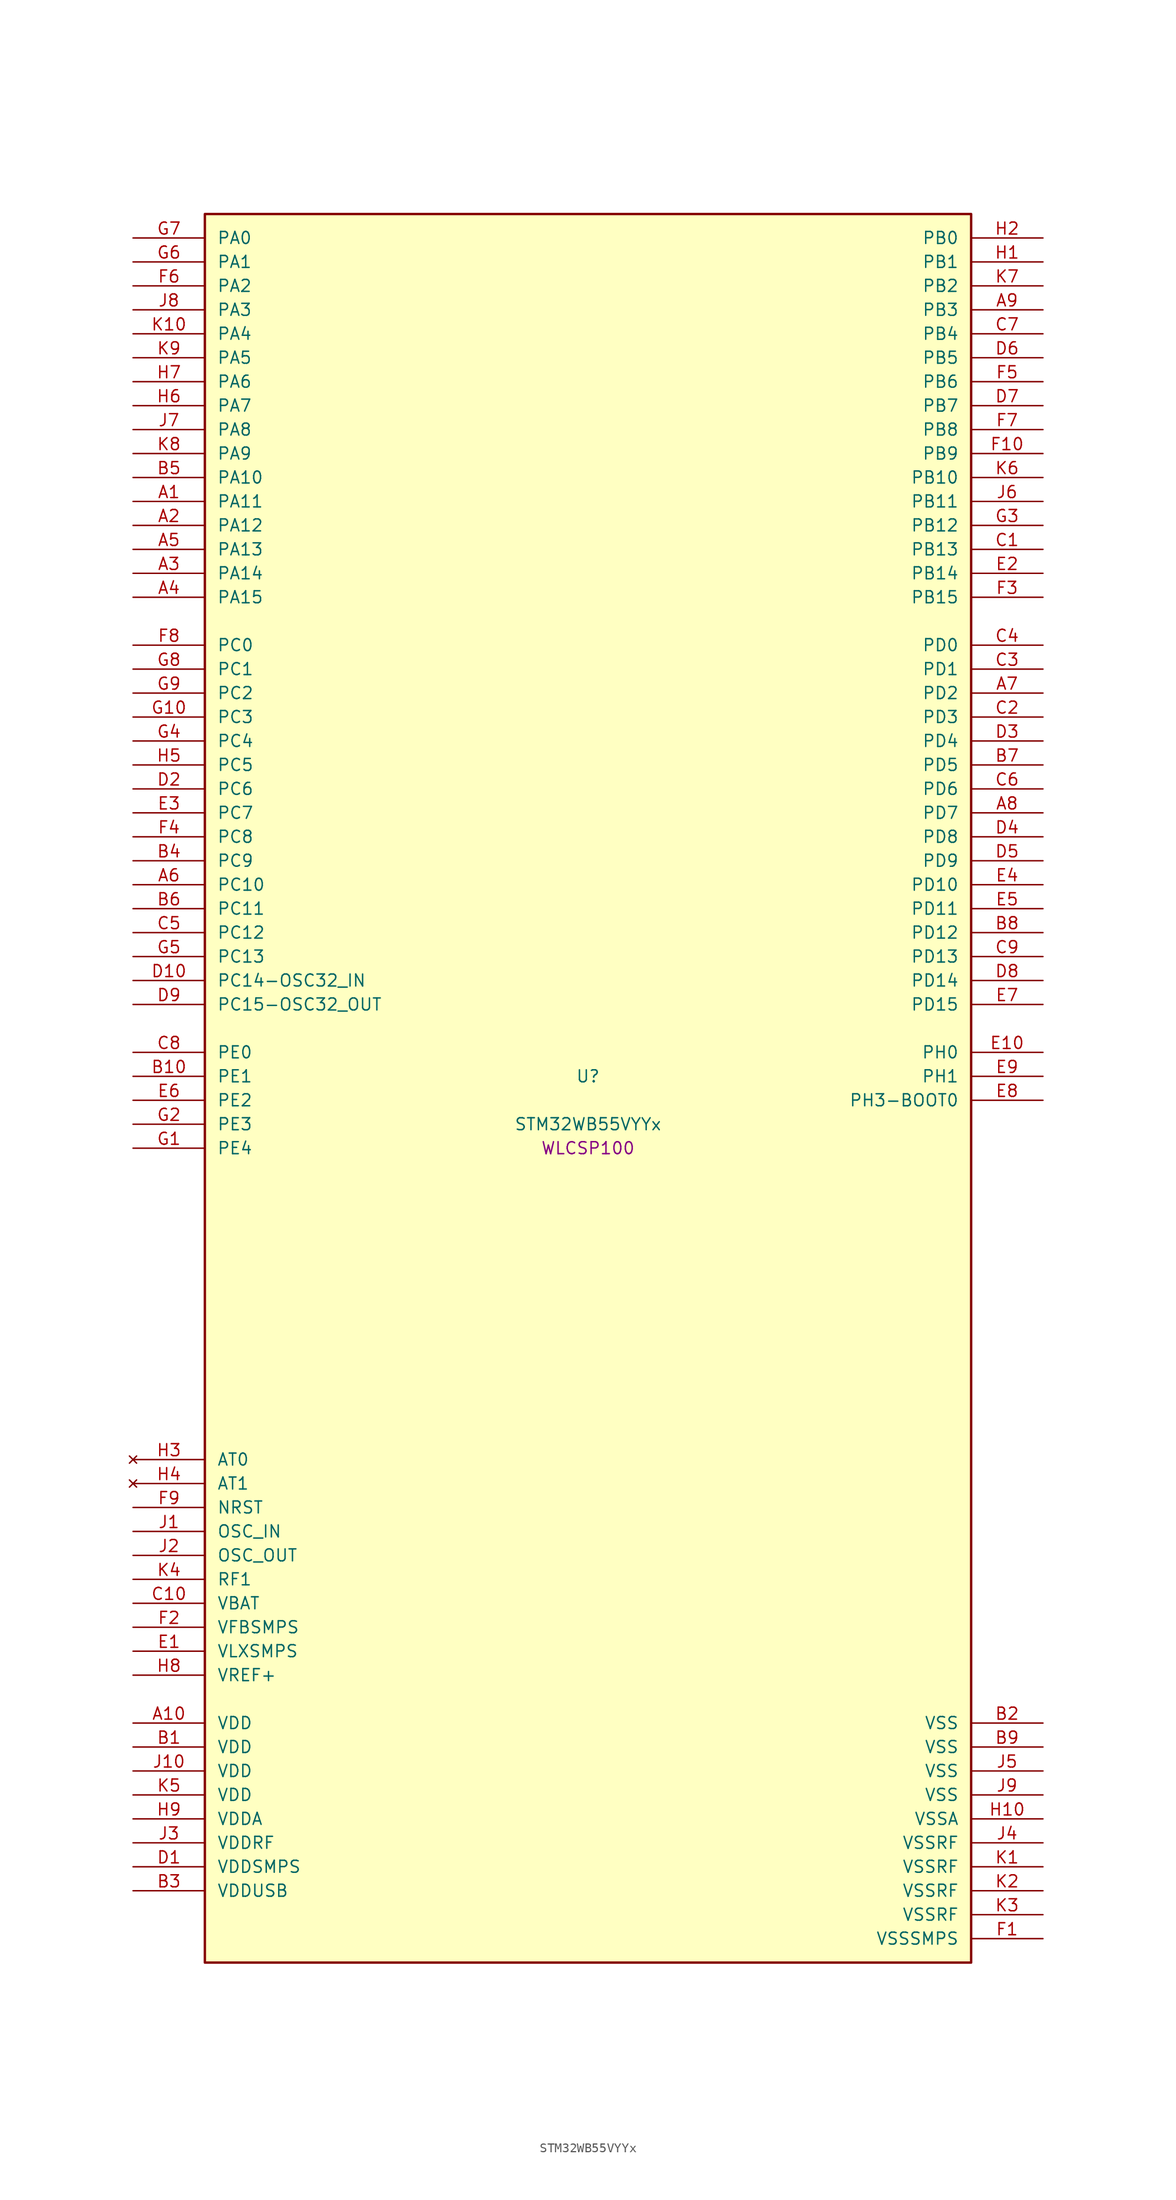
<source format=kicad_sym>
(kicad_symbol_lib
  (version 20241209)
  (generator "stm32_pkl_generator")
  (generator_version "1.0")
  (symbol "STM32WB55VYYx"
    (pin_names
      (offset 1.27))
    (property "Reference" "U"
      (at 0 2.54 0))
    (property "Value" "STM32WB55VYYx"
      (at 0 -2.54 0))
    (property "Footprint" "WLCSP100"
      (at 0 -5.08 0))
    (symbol "STM32WB55VYYx_1_1"
      (rectangle (start -40.64 93.98) (end 40.64 -91.44) (stroke (width 0.254) (type solid)) (fill (type background)))
      (pin bidirectional line (at -48.26 91.44 0) (length 7.62) (name "PA0") (number "G7") (alternate "PA0/ADC1_IN5" bidirectional line) (alternate "PA0/COMP1_INM" bidirectional line) (alternate "PA0/COMP1_OUT" bidirectional line) (alternate "PA0/RTC_TAMP2" bidirectional line) (alternate "PA0/SAI1_EXTCLK" bidirectional line) (alternate "PA0/SYS_WKUP1" bidirectional line) (alternate "PA0/TIM2_CH1" bidirectional line) (alternate "PA0/TIM2_ETR" bidirectional line))
      (pin bidirectional line (at -48.26 88.9 0) (length 7.62) (name "PA1") (number "G6") (alternate "PA1/ADC1_IN6" bidirectional line) (alternate "PA1/COMP1_INP" bidirectional line) (alternate "PA1/I2C1_SMBA" bidirectional line) (alternate "PA1/LCD_SEG0" bidirectional line) (alternate "PA1/SPI1_SCK" bidirectional line) (alternate "PA1/TIM2_CH2" bidirectional line))
      (pin bidirectional line (at -48.26 86.36 0) (length 7.62) (name "PA2") (number "F6") (alternate "PA2/ADC1_IN7" bidirectional line) (alternate "PA2/COMP2_INM" bidirectional line) (alternate "PA2/COMP2_OUT" bidirectional line) (alternate "PA2/LCD_SEG1" bidirectional line) (alternate "PA2/LPUART1_TX" bidirectional line) (alternate "PA2/QUADSPI_BK1_NCS" bidirectional line) (alternate "PA2/RCC_LSCO" bidirectional line) (alternate "PA2/SYS_WKUP4" bidirectional line) (alternate "PA2/TIM2_CH3" bidirectional line))
      (pin bidirectional line (at -48.26 83.82 0) (length 7.62) (name "PA3") (number "J8") (alternate "PA3/ADC1_IN8" bidirectional line) (alternate "PA3/COMP2_INP" bidirectional line) (alternate "PA3/LCD_SEG2" bidirectional line) (alternate "PA3/LPUART1_RX" bidirectional line) (alternate "PA3/QUADSPI_CLK" bidirectional line) (alternate "PA3/SAI1_CK1" bidirectional line) (alternate "PA3/SAI1_MCLK_A" bidirectional line) (alternate "PA3/TIM2_CH4" bidirectional line))
      (pin bidirectional line (at -48.26 81.28 0) (length 7.62) (name "PA4") (number "K10") (alternate "PA4/ADC1_IN9" bidirectional line) (alternate "PA4/COMP1_INM" bidirectional line) (alternate "PA4/COMP2_INM" bidirectional line) (alternate "PA4/LCD_SEG5" bidirectional line) (alternate "PA4/LPTIM2_OUT" bidirectional line) (alternate "PA4/SAI1_FS_B" bidirectional line) (alternate "PA4/SPI1_NSS" bidirectional line))
      (pin bidirectional line (at -48.26 78.74 0) (length 7.62) (name "PA5") (number "K9") (alternate "PA5/ADC1_IN10" bidirectional line) (alternate "PA5/COMP1_INM" bidirectional line) (alternate "PA5/COMP2_INM" bidirectional line) (alternate "PA5/LPTIM2_ETR" bidirectional line) (alternate "PA5/SAI1_SD_B" bidirectional line) (alternate "PA5/SPI1_SCK" bidirectional line) (alternate "PA5/TIM2_CH1" bidirectional line) (alternate "PA5/TIM2_ETR" bidirectional line))
      (pin bidirectional line (at -48.26 76.2 0) (length 7.62) (name "PA6") (number "H7") (alternate "PA6/ADC1_IN11" bidirectional line) (alternate "PA6/LCD_SEG3" bidirectional line) (alternate "PA6/LPUART1_CTS" bidirectional line) (alternate "PA6/QUADSPI_BK1_IO3" bidirectional line) (alternate "PA6/SPI1_MISO" bidirectional line) (alternate "PA6/TIM16_CH1" bidirectional line) (alternate "PA6/TIM1_BKIN" bidirectional line))
      (pin bidirectional line (at -48.26 73.66 0) (length 7.62) (name "PA7") (number "H6") (alternate "PA7/ADC1_IN12" bidirectional line) (alternate "PA7/COMP2_OUT" bidirectional line) (alternate "PA7/I2C3_SCL" bidirectional line) (alternate "PA7/LCD_SEG4" bidirectional line) (alternate "PA7/QUADSPI_BK1_IO2" bidirectional line) (alternate "PA7/SPI1_MOSI" bidirectional line) (alternate "PA7/TIM17_CH1" bidirectional line) (alternate "PA7/TIM1_CH1N" bidirectional line))
      (pin bidirectional line (at -48.26 71.12 0) (length 7.62) (name "PA8") (number "J7") (alternate "PA8/ADC1_IN15" bidirectional line) (alternate "PA8/LCD_COM0" bidirectional line) (alternate "PA8/LPTIM2_OUT" bidirectional line) (alternate "PA8/RCC_MCO" bidirectional line) (alternate "PA8/SAI1_CK2" bidirectional line) (alternate "PA8/SAI1_SCK_A" bidirectional line) (alternate "PA8/TIM1_CH1" bidirectional line) (alternate "PA8/USART1_CK" bidirectional line))
      (pin bidirectional line (at -48.26 68.58 0) (length 7.62) (name "PA9") (number "K8") (alternate "PA9/ADC1_IN16" bidirectional line) (alternate "PA9/COMP1_INM" bidirectional line) (alternate "PA9/I2C1_SCL" bidirectional line) (alternate "PA9/LCD_COM1" bidirectional line) (alternate "PA9/SAI1_D2" bidirectional line) (alternate "PA9/SAI1_FS_A" bidirectional line) (alternate "PA9/SPI2_SCK" bidirectional line) (alternate "PA9/TIM1_CH2" bidirectional line) (alternate "PA9/USART1_TX" bidirectional line))
      (pin bidirectional line (at -48.26 66.04 0) (length 7.62) (name "PA10") (number "B5") (alternate "PA10/CRS_SYNC" bidirectional line) (alternate "PA10/I2C1_SDA" bidirectional line) (alternate "PA10/LCD_COM2" bidirectional line) (alternate "PA10/SAI1_D1" bidirectional line) (alternate "PA10/SAI1_SD_A" bidirectional line) (alternate "PA10/TIM17_BKIN" bidirectional line) (alternate "PA10/TIM1_CH3" bidirectional line) (alternate "PA10/USART1_RX" bidirectional line))
      (pin bidirectional line (at -48.26 63.5 0) (length 7.62) (name "PA11") (number "A1") (alternate "PA11/ADC1_EXTI11" bidirectional line) (alternate "PA11/SPI1_MISO" bidirectional line) (alternate "PA11/TIM1_BKIN2" bidirectional line) (alternate "PA11/TIM1_CH4" bidirectional line) (alternate "PA11/USART1_CTS" bidirectional line) (alternate "PA11/USART1_NSS" bidirectional line) (alternate "PA11/USB_DM" bidirectional line))
      (pin bidirectional line (at -48.26 60.96 0) (length 7.62) (name "PA12") (number "A2") (alternate "PA12/LPUART1_RX" bidirectional line) (alternate "PA12/SPI1_MOSI" bidirectional line) (alternate "PA12/TIM1_ETR" bidirectional line) (alternate "PA12/USART1_DE" bidirectional line) (alternate "PA12/USART1_RTS" bidirectional line) (alternate "PA12/USB_DP" bidirectional line))
      (pin bidirectional line (at -48.26 58.42 0) (length 7.62) (name "PA13") (number "A5") (alternate "PA13/IR_OUT" bidirectional line) (alternate "PA13/SAI1_SD_B" bidirectional line) (alternate "PA13/SYS_JTMS-SWDIO" bidirectional line) (alternate "PA13/USB_NOE" bidirectional line))
      (pin bidirectional line (at -48.26 55.88 0) (length 7.62) (name "PA14") (number "A3") (alternate "PA14/I2C1_SMBA" bidirectional line) (alternate "PA14/LCD_SEG5" bidirectional line) (alternate "PA14/LPTIM1_OUT" bidirectional line) (alternate "PA14/SAI1_FS_B" bidirectional line) (alternate "PA14/SYS_JTCK-SWCLK" bidirectional line))
      (pin bidirectional line (at -48.26 53.34 0) (length 7.62) (name "PA15") (number "A4") (alternate "PA15/ADC1_EXTI15" bidirectional line) (alternate "PA15/LCD_SEG17" bidirectional line) (alternate "PA15/RCC_MCO" bidirectional line) (alternate "PA15/SPI1_NSS" bidirectional line) (alternate "PA15/SYS_JTDI" bidirectional line) (alternate "PA15/TIM2_CH1" bidirectional line) (alternate "PA15/TIM2_ETR" bidirectional line) (alternate "PA15/TSC_G3_IO1" bidirectional line))
      (pin bidirectional line (at 48.26 91.44 180) (length 7.62) (name "PB0") (number "H2") (alternate "PB0/COMP1_OUT" bidirectional line) (alternate "PB0/RF_TX_MOD_EXT_PA" bidirectional line))
      (pin bidirectional line (at 48.26 88.9 180) (length 7.62) (name "PB1") (number "H1") (alternate "PB1/LPTIM2_IN1" bidirectional line) (alternate "PB1/LPUART1_DE" bidirectional line) (alternate "PB1/LPUART1_RTS" bidirectional line))
      (pin bidirectional line (at 48.26 86.36 180) (length 7.62) (name "PB2") (number "K7") (alternate "PB2/COMP1_INP" bidirectional line) (alternate "PB2/I2C3_SMBA" bidirectional line) (alternate "PB2/LCD_VLCD" bidirectional line) (alternate "PB2/LPTIM1_OUT" bidirectional line) (alternate "PB2/RTC_OUT2" bidirectional line) (alternate "PB2/SAI1_EXTCLK" bidirectional line) (alternate "PB2/SPI1_NSS" bidirectional line))
      (pin bidirectional line (at 48.26 83.82 180) (length 7.62) (name "PB3") (number "A9") (alternate "PB3/COMP2_INM" bidirectional line) (alternate "PB3/LCD_SEG7" bidirectional line) (alternate "PB3/SAI1_SCK_B" bidirectional line) (alternate "PB3/SPI1_SCK" bidirectional line) (alternate "PB3/SYS_JTDO-SWO" bidirectional line) (alternate "PB3/TIM2_CH2" bidirectional line) (alternate "PB3/USART1_DE" bidirectional line) (alternate "PB3/USART1_RTS" bidirectional line))
      (pin bidirectional line (at 48.26 81.28 180) (length 7.62) (name "PB4") (number "C7") (alternate "PB4/COMP2_INP" bidirectional line) (alternate "PB4/I2C3_SDA" bidirectional line) (alternate "PB4/LCD_SEG8" bidirectional line) (alternate "PB4/SAI1_MCLK_B" bidirectional line) (alternate "PB4/SPI1_MISO" bidirectional line) (alternate "PB4/SYS_JTRST" bidirectional line) (alternate "PB4/TIM17_BKIN" bidirectional line) (alternate "PB4/TSC_G2_IO1" bidirectional line) (alternate "PB4/USART1_CTS" bidirectional line) (alternate "PB4/USART1_NSS" bidirectional line))
      (pin bidirectional line (at 48.26 78.74 180) (length 7.62) (name "PB5") (number "D6") (alternate "PB5/COMP2_OUT" bidirectional line) (alternate "PB5/I2C1_SMBA" bidirectional line) (alternate "PB5/LCD_SEG9" bidirectional line) (alternate "PB5/LPTIM1_IN1" bidirectional line) (alternate "PB5/LPUART1_TX" bidirectional line) (alternate "PB5/SAI1_SD_B" bidirectional line) (alternate "PB5/SPI1_MOSI" bidirectional line) (alternate "PB5/TIM16_BKIN" bidirectional line) (alternate "PB5/TSC_G2_IO2" bidirectional line) (alternate "PB5/USART1_CK" bidirectional line))
      (pin bidirectional line (at 48.26 76.2 180) (length 7.62) (name "PB6") (number "F5") (alternate "PB6/COMP2_INP" bidirectional line) (alternate "PB6/I2C1_SCL" bidirectional line) (alternate "PB6/LCD_SEG6" bidirectional line) (alternate "PB6/LPTIM1_ETR" bidirectional line) (alternate "PB6/RCC_MCO" bidirectional line) (alternate "PB6/SAI1_FS_B" bidirectional line) (alternate "PB6/TIM16_CH1N" bidirectional line) (alternate "PB6/TSC_G2_IO3" bidirectional line) (alternate "PB6/USART1_TX" bidirectional line))
      (pin bidirectional line (at 48.26 73.66 180) (length 7.62) (name "PB7") (number "D7") (alternate "PB7/COMP2_INM" bidirectional line) (alternate "PB7/I2C1_SDA" bidirectional line) (alternate "PB7/LCD_SEG21" bidirectional line) (alternate "PB7/LPTIM1_IN2" bidirectional line) (alternate "PB7/SYS_PVD_IN" bidirectional line) (alternate "PB7/TIM17_CH1N" bidirectional line) (alternate "PB7/TIM1_BKIN" bidirectional line) (alternate "PB7/TSC_G2_IO4" bidirectional line) (alternate "PB7/USART1_RX" bidirectional line))
      (pin bidirectional line (at 48.26 71.12 180) (length 7.62) (name "PB8") (number "F7") (alternate "PB8/I2C1_SCL" bidirectional line) (alternate "PB8/LCD_SEG16" bidirectional line) (alternate "PB8/QUADSPI_BK1_IO1" bidirectional line) (alternate "PB8/SAI1_CK1" bidirectional line) (alternate "PB8/SAI1_MCLK_A" bidirectional line) (alternate "PB8/TIM16_CH1" bidirectional line) (alternate "PB8/TIM1_CH2N" bidirectional line))
      (pin bidirectional line (at 48.26 68.58 180) (length 7.62) (name "PB9") (number "F10") (alternate "PB9/I2C1_SDA" bidirectional line) (alternate "PB9/IR_OUT" bidirectional line) (alternate "PB9/LCD_COM3" bidirectional line) (alternate "PB9/QUADSPI_BK1_IO0" bidirectional line) (alternate "PB9/SAI1_D2" bidirectional line) (alternate "PB9/SAI1_FS_A" bidirectional line) (alternate "PB9/SPI2_NSS" bidirectional line) (alternate "PB9/TIM17_CH1" bidirectional line) (alternate "PB9/TIM1_CH3N" bidirectional line) (alternate "PB9/TSC_G7_IO4" bidirectional line))
      (pin bidirectional line (at 48.26 66.04 180) (length 7.62) (name "PB10") (number "K6") (alternate "PB10/COMP1_OUT" bidirectional line) (alternate "PB10/I2C3_SCL" bidirectional line) (alternate "PB10/LCD_SEG10" bidirectional line) (alternate "PB10/LPUART1_RX" bidirectional line) (alternate "PB10/QUADSPI_CLK" bidirectional line) (alternate "PB10/SAI1_SCK_A" bidirectional line) (alternate "PB10/SPI2_SCK" bidirectional line) (alternate "PB10/TIM2_CH3" bidirectional line) (alternate "PB10/TSC_SYNC" bidirectional line))
      (pin bidirectional line (at 48.26 63.5 180) (length 7.62) (name "PB11") (number "J6") (alternate "PB11/ADC1_EXTI11" bidirectional line) (alternate "PB11/COMP2_OUT" bidirectional line) (alternate "PB11/I2C3_SDA" bidirectional line) (alternate "PB11/LCD_SEG11" bidirectional line) (alternate "PB11/LPUART1_TX" bidirectional line) (alternate "PB11/QUADSPI_BK1_NCS" bidirectional line) (alternate "PB11/TIM2_CH4" bidirectional line))
      (pin bidirectional line (at 48.26 60.96 180) (length 7.62) (name "PB12") (number "G3") (alternate "PB12/I2C3_SMBA" bidirectional line) (alternate "PB12/LCD_SEG12" bidirectional line) (alternate "PB12/LPUART1_DE" bidirectional line) (alternate "PB12/LPUART1_RTS" bidirectional line) (alternate "PB12/SAI1_FS_A" bidirectional line) (alternate "PB12/SPI2_NSS" bidirectional line) (alternate "PB12/TIM1_BKIN" bidirectional line) (alternate "PB12/TSC_G1_IO1" bidirectional line))
      (pin bidirectional line (at 48.26 58.42 180) (length 7.62) (name "PB13") (number "C1") (alternate "PB13/I2C3_SCL" bidirectional line) (alternate "PB13/LCD_SEG13" bidirectional line) (alternate "PB13/LPUART1_CTS" bidirectional line) (alternate "PB13/SAI1_SCK_A" bidirectional line) (alternate "PB13/SPI2_SCK" bidirectional line) (alternate "PB13/TIM1_CH1N" bidirectional line) (alternate "PB13/TSC_G1_IO2" bidirectional line))
      (pin bidirectional line (at 48.26 55.88 180) (length 7.62) (name "PB14") (number "E2") (alternate "PB14/I2C3_SDA" bidirectional line) (alternate "PB14/LCD_SEG14" bidirectional line) (alternate "PB14/SAI1_MCLK_A" bidirectional line) (alternate "PB14/SPI2_MISO" bidirectional line) (alternate "PB14/TIM1_CH2N" bidirectional line) (alternate "PB14/TSC_G1_IO3" bidirectional line))
      (pin bidirectional line (at 48.26 53.34 180) (length 7.62) (name "PB15") (number "F3") (alternate "PB15/ADC1_EXTI15" bidirectional line) (alternate "PB15/LCD_SEG15" bidirectional line) (alternate "PB15/RTC_REFIN" bidirectional line) (alternate "PB15/SAI1_SD_A" bidirectional line) (alternate "PB15/SPI2_MOSI" bidirectional line) (alternate "PB15/TIM1_CH3N" bidirectional line) (alternate "PB15/TSC_G1_IO4" bidirectional line))
      (pin bidirectional line (at -48.26 48.26 0) (length 7.62) (name "PC0") (number "F8") (alternate "PC0/ADC1_IN1" bidirectional line) (alternate "PC0/I2C3_SCL" bidirectional line) (alternate "PC0/LCD_SEG18" bidirectional line) (alternate "PC0/LPTIM1_IN1" bidirectional line) (alternate "PC0/LPTIM2_IN1" bidirectional line) (alternate "PC0/LPUART1_RX" bidirectional line))
      (pin bidirectional line (at -48.26 45.72 0) (length 7.62) (name "PC1") (number "G8") (alternate "PC1/ADC1_IN2" bidirectional line) (alternate "PC1/I2C3_SDA" bidirectional line) (alternate "PC1/LCD_SEG19" bidirectional line) (alternate "PC1/LPTIM1_OUT" bidirectional line) (alternate "PC1/LPUART1_TX" bidirectional line) (alternate "PC1/SPI2_MOSI" bidirectional line))
      (pin bidirectional line (at -48.26 43.18 0) (length 7.62) (name "PC2") (number "G9") (alternate "PC2/ADC1_IN3" bidirectional line) (alternate "PC2/LCD_SEG20" bidirectional line) (alternate "PC2/LPTIM1_IN2" bidirectional line) (alternate "PC2/SPI2_MISO" bidirectional line))
      (pin bidirectional line (at -48.26 40.64 0) (length 7.62) (name "PC3") (number "G10") (alternate "PC3/ADC1_IN4" bidirectional line) (alternate "PC3/LCD_VLCD" bidirectional line) (alternate "PC3/LPTIM1_ETR" bidirectional line) (alternate "PC3/LPTIM2_ETR" bidirectional line) (alternate "PC3/SAI1_D1" bidirectional line) (alternate "PC3/SAI1_SD_A" bidirectional line) (alternate "PC3/SPI2_MOSI" bidirectional line))
      (pin bidirectional line (at -48.26 38.1 0) (length 7.62) (name "PC4") (number "G4") (alternate "PC4/ADC1_IN13" bidirectional line) (alternate "PC4/COMP1_INM" bidirectional line) (alternate "PC4/LCD_SEG22" bidirectional line))
      (pin bidirectional line (at -48.26 35.56 0) (length 7.62) (name "PC5") (number "H5") (alternate "PC5/ADC1_IN14" bidirectional line) (alternate "PC5/COMP1_INP" bidirectional line) (alternate "PC5/LCD_SEG23" bidirectional line) (alternate "PC5/SAI1_D3" bidirectional line) (alternate "PC5/SYS_WKUP5" bidirectional line))
      (pin bidirectional line (at -48.26 33.02 0) (length 7.62) (name "PC6") (number "D2") (alternate "PC6/LCD_SEG24" bidirectional line) (alternate "PC6/TSC_G4_IO1" bidirectional line))
      (pin bidirectional line (at -48.26 30.48 0) (length 7.62) (name "PC7") (number "E3") (alternate "PC7/LCD_SEG25" bidirectional line) (alternate "PC7/TSC_G4_IO2" bidirectional line))
      (pin bidirectional line (at -48.26 27.94 0) (length 7.62) (name "PC8") (number "F4") (alternate "PC8/LCD_SEG26" bidirectional line) (alternate "PC8/TSC_G4_IO3" bidirectional line))
      (pin bidirectional line (at -48.26 25.4 0) (length 7.62) (name "PC9") (number "B4") (alternate "PC9/LCD_SEG27" bidirectional line) (alternate "PC9/SAI1_SCK_B" bidirectional line) (alternate "PC9/TIM1_BKIN" bidirectional line) (alternate "PC9/TSC_G4_IO4" bidirectional line) (alternate "PC9/USB_NOE" bidirectional line))
      (pin bidirectional line (at -48.26 22.86 0) (length 7.62) (name "PC10") (number "A6") (alternate "PC10/LCD_COM4" bidirectional line) (alternate "PC10/LCD_SEG28" bidirectional line) (alternate "PC10/LCD_SEG40" bidirectional line) (alternate "PC10/SYS_TRACED1" bidirectional line) (alternate "PC10/TSC_G3_IO2" bidirectional line))
      (pin bidirectional line (at -48.26 20.32 0) (length 7.62) (name "PC11") (number "B6") (alternate "PC11/ADC1_EXTI11" bidirectional line) (alternate "PC11/LCD_COM5" bidirectional line) (alternate "PC11/LCD_SEG29" bidirectional line) (alternate "PC11/LCD_SEG41" bidirectional line) (alternate "PC11/TSC_G3_IO3" bidirectional line))
      (pin bidirectional line (at -48.26 17.78 0) (length 7.62) (name "PC12") (number "C5") (alternate "PC12/LCD_COM6" bidirectional line) (alternate "PC12/LCD_SEG30" bidirectional line) (alternate "PC12/LCD_SEG42" bidirectional line) (alternate "PC12/RCC_LSCO" bidirectional line) (alternate "PC12/RTC_TAMP3" bidirectional line) (alternate "PC12/SYS_TRACED3" bidirectional line) (alternate "PC12/SYS_WKUP3" bidirectional line) (alternate "PC12/TSC_G3_IO4" bidirectional line))
      (pin bidirectional line (at -48.26 15.24 0) (length 7.62) (name "PC13") (number "G5") (alternate "PC13/RTC_OUT1" bidirectional line) (alternate "PC13/RTC_TAMP1" bidirectional line) (alternate "PC13/RTC_TS" bidirectional line) (alternate "PC13/SYS_WKUP2" bidirectional line))
      (pin bidirectional line (at -48.26 12.7 0) (length 7.62) (name "PC14-OSC32_IN") (number "D10") (alternate "PC14-OSC32_IN/RCC_OSC32_IN" bidirectional line))
      (pin bidirectional line (at -48.26 10.16 0) (length 7.62) (name "PC15-OSC32_OUT") (number "D9") (alternate "PC15-OSC32_OUT/ADC1_EXTI15" bidirectional line) (alternate "PC15-OSC32_OUT/RCC_OSC32_OUT" bidirectional line))
      (pin bidirectional line (at 48.26 48.26 180) (length 7.62) (name "PD0") (number "C4") (alternate "PD0/SPI2_NSS" bidirectional line))
      (pin bidirectional line (at 48.26 45.72 180) (length 7.62) (name "PD1") (number "C3") (alternate "PD1/SPI2_SCK" bidirectional line))
      (pin bidirectional line (at 48.26 43.18 180) (length 7.62) (name "PD2") (number "A7") (alternate "PD2/LCD_COM7" bidirectional line) (alternate "PD2/LCD_SEG31" bidirectional line) (alternate "PD2/LCD_SEG43" bidirectional line) (alternate "PD2/SYS_TRACED2" bidirectional line) (alternate "PD2/TSC_SYNC" bidirectional line))
      (pin bidirectional line (at 48.26 40.64 180) (length 7.62) (name "PD3") (number "C2") (alternate "PD3/QUADSPI_BK1_NCS" bidirectional line) (alternate "PD3/SPI2_MISO" bidirectional line) (alternate "PD3/SPI2_SCK" bidirectional line))
      (pin bidirectional line (at 48.26 38.1 180) (length 7.62) (name "PD4") (number "D3") (alternate "PD4/QUADSPI_BK1_IO0" bidirectional line) (alternate "PD4/SPI2_MOSI" bidirectional line) (alternate "PD4/TSC_G5_IO1" bidirectional line))
      (pin bidirectional line (at 48.26 35.56 180) (length 7.62) (name "PD5") (number "B7") (alternate "PD5/QUADSPI_BK1_IO1" bidirectional line) (alternate "PD5/SAI1_MCLK_B" bidirectional line) (alternate "PD5/TSC_G5_IO2" bidirectional line))
      (pin bidirectional line (at 48.26 33.02 180) (length 7.62) (name "PD6") (number "C6") (alternate "PD6/QUADSPI_BK1_IO2" bidirectional line) (alternate "PD6/SAI1_D1" bidirectional line) (alternate "PD6/SAI1_SD_A" bidirectional line) (alternate "PD6/TSC_G5_IO3" bidirectional line))
      (pin bidirectional line (at 48.26 30.48 180) (length 7.62) (name "PD7") (number "A8") (alternate "PD7/LCD_SEG39" bidirectional line) (alternate "PD7/QUADSPI_BK1_IO3" bidirectional line) (alternate "PD7/TSC_G5_IO4" bidirectional line))
      (pin bidirectional line (at 48.26 27.94 180) (length 7.62) (name "PD8") (number "D4") (alternate "PD8/LCD_SEG28" bidirectional line) (alternate "PD8/TIM1_BKIN2" bidirectional line))
      (pin bidirectional line (at 48.26 25.4 180) (length 7.62) (name "PD9") (number "D5") (alternate "PD9/LCD_SEG29" bidirectional line) (alternate "PD9/SYS_TRACED0" bidirectional line))
      (pin bidirectional line (at 48.26 22.86 180) (length 7.62) (name "PD10") (number "E4") (alternate "PD10/LCD_SEG30" bidirectional line) (alternate "PD10/SYS_TRIG_INOUT" bidirectional line) (alternate "PD10/TSC_G6_IO1" bidirectional line))
      (pin bidirectional line (at 48.26 20.32 180) (length 7.62) (name "PD11") (number "E5") (alternate "PD11/ADC1_EXTI11" bidirectional line) (alternate "PD11/LCD_SEG31" bidirectional line) (alternate "PD11/LPTIM2_ETR" bidirectional line) (alternate "PD11/TSC_G6_IO2" bidirectional line))
      (pin bidirectional line (at 48.26 17.78 180) (length 7.62) (name "PD12") (number "B8") (alternate "PD12/LCD_SEG32" bidirectional line) (alternate "PD12/LPTIM2_IN1" bidirectional line) (alternate "PD12/TSC_G6_IO3" bidirectional line))
      (pin bidirectional line (at 48.26 15.24 180) (length 7.62) (name "PD13") (number "C9") (alternate "PD13/LCD_SEG33" bidirectional line) (alternate "PD13/LPTIM2_OUT" bidirectional line) (alternate "PD13/TSC_G6_IO4" bidirectional line))
      (pin bidirectional line (at 48.26 12.7 180) (length 7.62) (name "PD14") (number "D8") (alternate "PD14/LCD_SEG34" bidirectional line) (alternate "PD14/TIM1_CH1" bidirectional line))
      (pin bidirectional line (at 48.26 10.16 180) (length 7.62) (name "PD15") (number "E7") (alternate "PD15/ADC1_EXTI15" bidirectional line) (alternate "PD15/LCD_SEG35" bidirectional line) (alternate "PD15/TIM1_CH2" bidirectional line))
      (pin bidirectional line (at -48.26 5.08 0) (length 7.62) (name "PE0") (number "C8") (alternate "PE0/LCD_SEG36" bidirectional line) (alternate "PE0/TIM16_CH1" bidirectional line) (alternate "PE0/TIM1_ETR" bidirectional line) (alternate "PE0/TSC_G7_IO3" bidirectional line))
      (pin bidirectional line (at -48.26 2.54 0) (length 7.62) (name "PE1") (number "B10") (alternate "PE1/LCD_SEG37" bidirectional line) (alternate "PE1/TIM17_CH1" bidirectional line) (alternate "PE1/TSC_G7_IO2" bidirectional line))
      (pin bidirectional line (at -48.26 0 0) (length 7.62) (name "PE2") (number "E6") (alternate "PE2/LCD_SEG38" bidirectional line) (alternate "PE2/SAI1_CK1" bidirectional line) (alternate "PE2/SAI1_MCLK_A" bidirectional line) (alternate "PE2/SYS_TRACECLK" bidirectional line) (alternate "PE2/TSC_G7_IO1" bidirectional line))
      (pin bidirectional line (at -48.26 -2.54 0) (length 7.62) (name "PE3") (number "G2"))
      (pin bidirectional line (at -48.26 -5.08 0) (length 7.62) (name "PE4") (number "G1"))
      (pin bidirectional line (at 48.26 5.08 180) (length 7.62) (name "PH0") (number "E10"))
      (pin bidirectional line (at 48.26 2.54 180) (length 7.62) (name "PH1") (number "E9"))
      (pin bidirectional line (at 48.26 0 180) (length 7.62) (name "PH3-BOOT0") (number "E8") (alternate "PH3-BOOT0/RCC_LSCO" bidirectional line))
      (pin no_connect line (at -48.26 -38.1 0) (length 7.62) (name "AT0") (number "H3"))
      (pin no_connect line (at -48.26 -40.64 0) (length 7.62) (name "AT1") (number "H4"))
      (pin input line (at -48.26 -43.18 0) (length 7.62) (name "NRST") (number "F9"))
      (pin bidirectional line (at -48.26 -45.72 0) (length 7.62) (name "OSC_IN") (number "J1") (alternate "OSC_IN/RCC_OSC_IN" bidirectional line))
      (pin bidirectional line (at -48.26 -48.26 0) (length 7.62) (name "OSC_OUT") (number "J2") (alternate "OSC_OUT/RCC_OSC_OUT" bidirectional line))
      (pin bidirectional line (at -48.26 -50.8 0) (length 7.62) (name "RF1") (number "K4") (alternate "RF1/RF_RF1" bidirectional line))
      (pin power_in line (at -48.26 -53.34 0) (length 7.62) (name "VBAT") (number "C10"))
      (pin power_in line (at -48.26 -55.88 0) (length 7.62) (name "VFBSMPS") (number "F2"))
      (pin power_in line (at -48.26 -58.42 0) (length 7.62) (name "VLXSMPS") (number "E1"))
      (pin bidirectional line (at -48.26 -60.96 0) (length 7.62) (name "VREF+") (number "H8") (alternate "VREF+/VREFBUF_OUT" bidirectional line))
      (pin power_in line (at -48.26 -66.04 0) (length 7.62) (name "VDD") (number "A10"))
      (pin power_in line (at -48.26 -68.58 0) (length 7.62) (name "VDD") (number "B1"))
      (pin power_in line (at -48.26 -71.12 0) (length 7.62) (name "VDD") (number "J10"))
      (pin power_in line (at -48.26 -73.66 0) (length 7.62) (name "VDD") (number "K5"))
      (pin power_in line (at -48.26 -76.2 0) (length 7.62) (name "VDDA") (number "H9"))
      (pin power_in line (at -48.26 -78.74 0) (length 7.62) (name "VDDRF") (number "J3"))
      (pin power_in line (at -48.26 -81.28 0) (length 7.62) (name "VDDSMPS") (number "D1"))
      (pin power_in line (at -48.26 -83.82 0) (length 7.62) (name "VDDUSB") (number "B3"))
      (pin power_in line (at 48.26 -66.04 180) (length 7.62) (name "VSS") (number "B2"))
      (pin power_in line (at 48.26 -68.58 180) (length 7.62) (name "VSS") (number "B9"))
      (pin power_in line (at 48.26 -71.12 180) (length 7.62) (name "VSS") (number "J5"))
      (pin power_in line (at 48.26 -73.66 180) (length 7.62) (name "VSS") (number "J9"))
      (pin power_in line (at 48.26 -76.2 180) (length 7.62) (name "VSSA") (number "H10"))
      (pin power_in line (at 48.26 -78.74 180) (length 7.62) (name "VSSRF") (number "J4"))
      (pin power_in line (at 48.26 -81.28 180) (length 7.62) (name "VSSRF") (number "K1"))
      (pin power_in line (at 48.26 -83.82 180) (length 7.62) (name "VSSRF") (number "K2"))
      (pin power_in line (at 48.26 -86.36 180) (length 7.62) (name "VSSRF") (number "K3"))
      (pin power_in line (at 48.26 -88.9 180) (length 7.62) (name "VSSSMPS") (number "F1")))))
</source>
